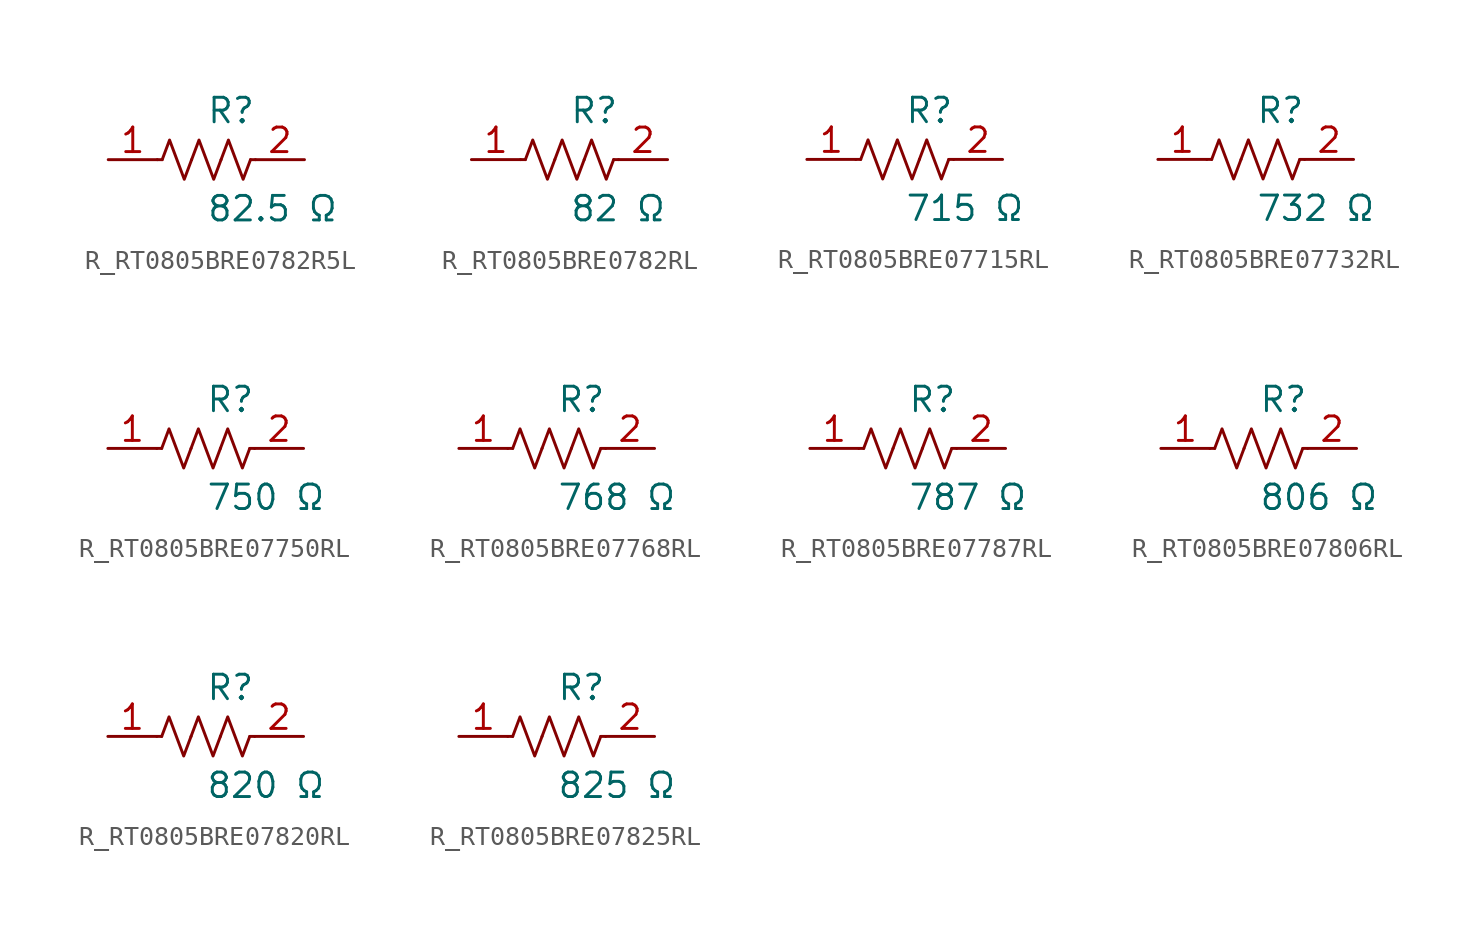
<source format=kicad_sym>
(kicad_symbol_lib
  (version 20231120)
  (generator kicad_symbol_editor)
  (generator_version 8.0)
  (symbol "R_RT0805BRE0782R5L"
    (pin_names
      (offset 0.254))
    (property "Reference" "R"
      (at 0.0 2.54 0)
      (effects (font (size 1.27 1.27)) (justify left)))
    (property "Value" "82.5 Ω"
      (at 0.0 -2.54 0)
      (effects (font (size 1.27 1.27)) (justify left)))
    (symbol "R_RT0805BRE0782R5L_0_1"
      (polyline (pts (xy 2.286 0) (xy 2.54 0)) (stroke (width 0) (type default)) (fill (type none)))
      (polyline (pts (xy -2.286 0) (xy -2.54 0)) (stroke (width 0) (type default)) (fill (type none)))
      (polyline (pts (xy 0.762 0) (xy 1.143 1.016) (xy 1.524 0) (xy 1.905 -1.016) (xy 2.286 0)) (stroke (width 0) (type default)) (fill (type none)))
      (polyline (pts (xy -0.762 0) (xy -0.381 1.016) (xy 0 0) (xy 0.381 -1.016) (xy 0.762 0)) (stroke (width 0) (type default)) (fill (type none)))
      (polyline (pts (xy -2.286 0) (xy -1.905 1.016) (xy -1.524 0) (xy -1.143 -1.016) (xy -0.762 0)) (stroke (width 0) (type default)) (fill (type none))))
    (pin unspecified line
      (at -5.08 0 0)
      (length 2.54)
      (name "" (effects (font (size 1.27 1.27))))
      (number "1" (effects (font (size 1.27 1.27)))))
    (pin unspecified line
      (at 5.08 0 180)
      (length 2.54)
      (name "" (effects (font (size 1.27 1.27))))
      (number "2" (effects (font (size 1.27 1.27))))))
  (symbol "R_RT0805BRE0782RL"
    (pin_names
      (offset 0.254))
    (property "Reference" "R"
      (at 0.0 2.54 0)
      (effects (font (size 1.27 1.27)) (justify left)))
    (property "Value" "82 Ω"
      (at 0.0 -2.54 0)
      (effects (font (size 1.27 1.27)) (justify left)))
    (symbol "R_RT0805BRE0782RL_0_1"
      (polyline (pts (xy 2.286 0) (xy 2.54 0)) (stroke (width 0) (type default)) (fill (type none)))
      (polyline (pts (xy -2.286 0) (xy -2.54 0)) (stroke (width 0) (type default)) (fill (type none)))
      (polyline (pts (xy 0.762 0) (xy 1.143 1.016) (xy 1.524 0) (xy 1.905 -1.016) (xy 2.286 0)) (stroke (width 0) (type default)) (fill (type none)))
      (polyline (pts (xy -0.762 0) (xy -0.381 1.016) (xy 0 0) (xy 0.381 -1.016) (xy 0.762 0)) (stroke (width 0) (type default)) (fill (type none)))
      (polyline (pts (xy -2.286 0) (xy -1.905 1.016) (xy -1.524 0) (xy -1.143 -1.016) (xy -0.762 0)) (stroke (width 0) (type default)) (fill (type none))))
    (pin unspecified line
      (at -5.08 0 0)
      (length 2.54)
      (name "" (effects (font (size 1.27 1.27))))
      (number "1" (effects (font (size 1.27 1.27)))))
    (pin unspecified line
      (at 5.08 0 180)
      (length 2.54)
      (name "" (effects (font (size 1.27 1.27))))
      (number "2" (effects (font (size 1.27 1.27))))))
  (symbol "R_RT0805BRE07715RL"
    (pin_names
      (offset 0.254))
    (property "Reference" "R"
      (at 0.0 2.54 0)
      (effects (font (size 1.27 1.27)) (justify left)))
    (property "Value" "715 Ω"
      (at 0.0 -2.54 0)
      (effects (font (size 1.27 1.27)) (justify left)))
    (symbol "R_RT0805BRE07715RL_0_1"
      (polyline (pts (xy 2.286 0) (xy 2.54 0)) (stroke (width 0) (type default)) (fill (type none)))
      (polyline (pts (xy -2.286 0) (xy -2.54 0)) (stroke (width 0) (type default)) (fill (type none)))
      (polyline (pts (xy 0.762 0) (xy 1.143 1.016) (xy 1.524 0) (xy 1.905 -1.016) (xy 2.286 0)) (stroke (width 0) (type default)) (fill (type none)))
      (polyline (pts (xy -0.762 0) (xy -0.381 1.016) (xy 0 0) (xy 0.381 -1.016) (xy 0.762 0)) (stroke (width 0) (type default)) (fill (type none)))
      (polyline (pts (xy -2.286 0) (xy -1.905 1.016) (xy -1.524 0) (xy -1.143 -1.016) (xy -0.762 0)) (stroke (width 0) (type default)) (fill (type none))))
    (pin unspecified line
      (at -5.08 0 0)
      (length 2.54)
      (name "" (effects (font (size 1.27 1.27))))
      (number "1" (effects (font (size 1.27 1.27)))))
    (pin unspecified line
      (at 5.08 0 180)
      (length 2.54)
      (name "" (effects (font (size 1.27 1.27))))
      (number "2" (effects (font (size 1.27 1.27))))))
  (symbol "R_RT0805BRE07732RL"
    (pin_names
      (offset 0.254))
    (property "Reference" "R"
      (at 0.0 2.54 0)
      (effects (font (size 1.27 1.27)) (justify left)))
    (property "Value" "732 Ω"
      (at 0.0 -2.54 0)
      (effects (font (size 1.27 1.27)) (justify left)))
    (symbol "R_RT0805BRE07732RL_0_1"
      (polyline (pts (xy 2.286 0) (xy 2.54 0)) (stroke (width 0) (type default)) (fill (type none)))
      (polyline (pts (xy -2.286 0) (xy -2.54 0)) (stroke (width 0) (type default)) (fill (type none)))
      (polyline (pts (xy 0.762 0) (xy 1.143 1.016) (xy 1.524 0) (xy 1.905 -1.016) (xy 2.286 0)) (stroke (width 0) (type default)) (fill (type none)))
      (polyline (pts (xy -0.762 0) (xy -0.381 1.016) (xy 0 0) (xy 0.381 -1.016) (xy 0.762 0)) (stroke (width 0) (type default)) (fill (type none)))
      (polyline (pts (xy -2.286 0) (xy -1.905 1.016) (xy -1.524 0) (xy -1.143 -1.016) (xy -0.762 0)) (stroke (width 0) (type default)) (fill (type none))))
    (pin unspecified line
      (at -5.08 0 0)
      (length 2.54)
      (name "" (effects (font (size 1.27 1.27))))
      (number "1" (effects (font (size 1.27 1.27)))))
    (pin unspecified line
      (at 5.08 0 180)
      (length 2.54)
      (name "" (effects (font (size 1.27 1.27))))
      (number "2" (effects (font (size 1.27 1.27))))))
  (symbol "R_RT0805BRE07750RL"
    (pin_names
      (offset 0.254))
    (property "Reference" "R"
      (at 0.0 2.54 0)
      (effects (font (size 1.27 1.27)) (justify left)))
    (property "Value" "750 Ω"
      (at 0.0 -2.54 0)
      (effects (font (size 1.27 1.27)) (justify left)))
    (symbol "R_RT0805BRE07750RL_0_1"
      (polyline (pts (xy 2.286 0) (xy 2.54 0)) (stroke (width 0) (type default)) (fill (type none)))
      (polyline (pts (xy -2.286 0) (xy -2.54 0)) (stroke (width 0) (type default)) (fill (type none)))
      (polyline (pts (xy 0.762 0) (xy 1.143 1.016) (xy 1.524 0) (xy 1.905 -1.016) (xy 2.286 0)) (stroke (width 0) (type default)) (fill (type none)))
      (polyline (pts (xy -0.762 0) (xy -0.381 1.016) (xy 0 0) (xy 0.381 -1.016) (xy 0.762 0)) (stroke (width 0) (type default)) (fill (type none)))
      (polyline (pts (xy -2.286 0) (xy -1.905 1.016) (xy -1.524 0) (xy -1.143 -1.016) (xy -0.762 0)) (stroke (width 0) (type default)) (fill (type none))))
    (pin unspecified line
      (at -5.08 0 0)
      (length 2.54)
      (name "" (effects (font (size 1.27 1.27))))
      (number "1" (effects (font (size 1.27 1.27)))))
    (pin unspecified line
      (at 5.08 0 180)
      (length 2.54)
      (name "" (effects (font (size 1.27 1.27))))
      (number "2" (effects (font (size 1.27 1.27))))))
  (symbol "R_RT0805BRE07768RL"
    (pin_names
      (offset 0.254))
    (property "Reference" "R"
      (at 0.0 2.54 0)
      (effects (font (size 1.27 1.27)) (justify left)))
    (property "Value" "768 Ω"
      (at 0.0 -2.54 0)
      (effects (font (size 1.27 1.27)) (justify left)))
    (symbol "R_RT0805BRE07768RL_0_1"
      (polyline (pts (xy 2.286 0) (xy 2.54 0)) (stroke (width 0) (type default)) (fill (type none)))
      (polyline (pts (xy -2.286 0) (xy -2.54 0)) (stroke (width 0) (type default)) (fill (type none)))
      (polyline (pts (xy 0.762 0) (xy 1.143 1.016) (xy 1.524 0) (xy 1.905 -1.016) (xy 2.286 0)) (stroke (width 0) (type default)) (fill (type none)))
      (polyline (pts (xy -0.762 0) (xy -0.381 1.016) (xy 0 0) (xy 0.381 -1.016) (xy 0.762 0)) (stroke (width 0) (type default)) (fill (type none)))
      (polyline (pts (xy -2.286 0) (xy -1.905 1.016) (xy -1.524 0) (xy -1.143 -1.016) (xy -0.762 0)) (stroke (width 0) (type default)) (fill (type none))))
    (pin unspecified line
      (at -5.08 0 0)
      (length 2.54)
      (name "" (effects (font (size 1.27 1.27))))
      (number "1" (effects (font (size 1.27 1.27)))))
    (pin unspecified line
      (at 5.08 0 180)
      (length 2.54)
      (name "" (effects (font (size 1.27 1.27))))
      (number "2" (effects (font (size 1.27 1.27))))))
  (symbol "R_RT0805BRE07787RL"
    (pin_names
      (offset 0.254))
    (property "Reference" "R"
      (at 0.0 2.54 0)
      (effects (font (size 1.27 1.27)) (justify left)))
    (property "Value" "787 Ω"
      (at 0.0 -2.54 0)
      (effects (font (size 1.27 1.27)) (justify left)))
    (symbol "R_RT0805BRE07787RL_0_1"
      (polyline (pts (xy 2.286 0) (xy 2.54 0)) (stroke (width 0) (type default)) (fill (type none)))
      (polyline (pts (xy -2.286 0) (xy -2.54 0)) (stroke (width 0) (type default)) (fill (type none)))
      (polyline (pts (xy 0.762 0) (xy 1.143 1.016) (xy 1.524 0) (xy 1.905 -1.016) (xy 2.286 0)) (stroke (width 0) (type default)) (fill (type none)))
      (polyline (pts (xy -0.762 0) (xy -0.381 1.016) (xy 0 0) (xy 0.381 -1.016) (xy 0.762 0)) (stroke (width 0) (type default)) (fill (type none)))
      (polyline (pts (xy -2.286 0) (xy -1.905 1.016) (xy -1.524 0) (xy -1.143 -1.016) (xy -0.762 0)) (stroke (width 0) (type default)) (fill (type none))))
    (pin unspecified line
      (at -5.08 0 0)
      (length 2.54)
      (name "" (effects (font (size 1.27 1.27))))
      (number "1" (effects (font (size 1.27 1.27)))))
    (pin unspecified line
      (at 5.08 0 180)
      (length 2.54)
      (name "" (effects (font (size 1.27 1.27))))
      (number "2" (effects (font (size 1.27 1.27))))))
  (symbol "R_RT0805BRE07806RL"
    (pin_names
      (offset 0.254))
    (property "Reference" "R"
      (at 0.0 2.54 0)
      (effects (font (size 1.27 1.27)) (justify left)))
    (property "Value" "806 Ω"
      (at 0.0 -2.54 0)
      (effects (font (size 1.27 1.27)) (justify left)))
    (symbol "R_RT0805BRE07806RL_0_1"
      (polyline (pts (xy 2.286 0) (xy 2.54 0)) (stroke (width 0) (type default)) (fill (type none)))
      (polyline (pts (xy -2.286 0) (xy -2.54 0)) (stroke (width 0) (type default)) (fill (type none)))
      (polyline (pts (xy 0.762 0) (xy 1.143 1.016) (xy 1.524 0) (xy 1.905 -1.016) (xy 2.286 0)) (stroke (width 0) (type default)) (fill (type none)))
      (polyline (pts (xy -0.762 0) (xy -0.381 1.016) (xy 0 0) (xy 0.381 -1.016) (xy 0.762 0)) (stroke (width 0) (type default)) (fill (type none)))
      (polyline (pts (xy -2.286 0) (xy -1.905 1.016) (xy -1.524 0) (xy -1.143 -1.016) (xy -0.762 0)) (stroke (width 0) (type default)) (fill (type none))))
    (pin unspecified line
      (at -5.08 0 0)
      (length 2.54)
      (name "" (effects (font (size 1.27 1.27))))
      (number "1" (effects (font (size 1.27 1.27)))))
    (pin unspecified line
      (at 5.08 0 180)
      (length 2.54)
      (name "" (effects (font (size 1.27 1.27))))
      (number "2" (effects (font (size 1.27 1.27))))))
  (symbol "R_RT0805BRE07820RL"
    (pin_names
      (offset 0.254))
    (property "Reference" "R"
      (at 0.0 2.54 0)
      (effects (font (size 1.27 1.27)) (justify left)))
    (property "Value" "820 Ω"
      (at 0.0 -2.54 0)
      (effects (font (size 1.27 1.27)) (justify left)))
    (symbol "R_RT0805BRE07820RL_0_1"
      (polyline (pts (xy 2.286 0) (xy 2.54 0)) (stroke (width 0) (type default)) (fill (type none)))
      (polyline (pts (xy -2.286 0) (xy -2.54 0)) (stroke (width 0) (type default)) (fill (type none)))
      (polyline (pts (xy 0.762 0) (xy 1.143 1.016) (xy 1.524 0) (xy 1.905 -1.016) (xy 2.286 0)) (stroke (width 0) (type default)) (fill (type none)))
      (polyline (pts (xy -0.762 0) (xy -0.381 1.016) (xy 0 0) (xy 0.381 -1.016) (xy 0.762 0)) (stroke (width 0) (type default)) (fill (type none)))
      (polyline (pts (xy -2.286 0) (xy -1.905 1.016) (xy -1.524 0) (xy -1.143 -1.016) (xy -0.762 0)) (stroke (width 0) (type default)) (fill (type none))))
    (pin unspecified line
      (at -5.08 0 0)
      (length 2.54)
      (name "" (effects (font (size 1.27 1.27))))
      (number "1" (effects (font (size 1.27 1.27)))))
    (pin unspecified line
      (at 5.08 0 180)
      (length 2.54)
      (name "" (effects (font (size 1.27 1.27))))
      (number "2" (effects (font (size 1.27 1.27))))))
  (symbol "R_RT0805BRE07825RL"
    (pin_names
      (offset 0.254))
    (property "Reference" "R"
      (at 0.0 2.54 0)
      (effects (font (size 1.27 1.27)) (justify left)))
    (property "Value" "825 Ω"
      (at 0.0 -2.54 0)
      (effects (font (size 1.27 1.27)) (justify left)))
    (symbol "R_RT0805BRE07825RL_0_1"
      (polyline (pts (xy 2.286 0) (xy 2.54 0)) (stroke (width 0) (type default)) (fill (type none)))
      (polyline (pts (xy -2.286 0) (xy -2.54 0)) (stroke (width 0) (type default)) (fill (type none)))
      (polyline (pts (xy 0.762 0) (xy 1.143 1.016) (xy 1.524 0) (xy 1.905 -1.016) (xy 2.286 0)) (stroke (width 0) (type default)) (fill (type none)))
      (polyline (pts (xy -0.762 0) (xy -0.381 1.016) (xy 0 0) (xy 0.381 -1.016) (xy 0.762 0)) (stroke (width 0) (type default)) (fill (type none)))
      (polyline (pts (xy -2.286 0) (xy -1.905 1.016) (xy -1.524 0) (xy -1.143 -1.016) (xy -0.762 0)) (stroke (width 0) (type default)) (fill (type none))))
    (pin unspecified line
      (at -5.08 0 0)
      (length 2.54)
      (name "" (effects (font (size 1.27 1.27))))
      (number "1" (effects (font (size 1.27 1.27)))))
    (pin unspecified line
      (at 5.08 0 180)
      (length 2.54)
      (name "" (effects (font (size 1.27 1.27))))
      (number "2" (effects (font (size 1.27 1.27)))))))
</source>
